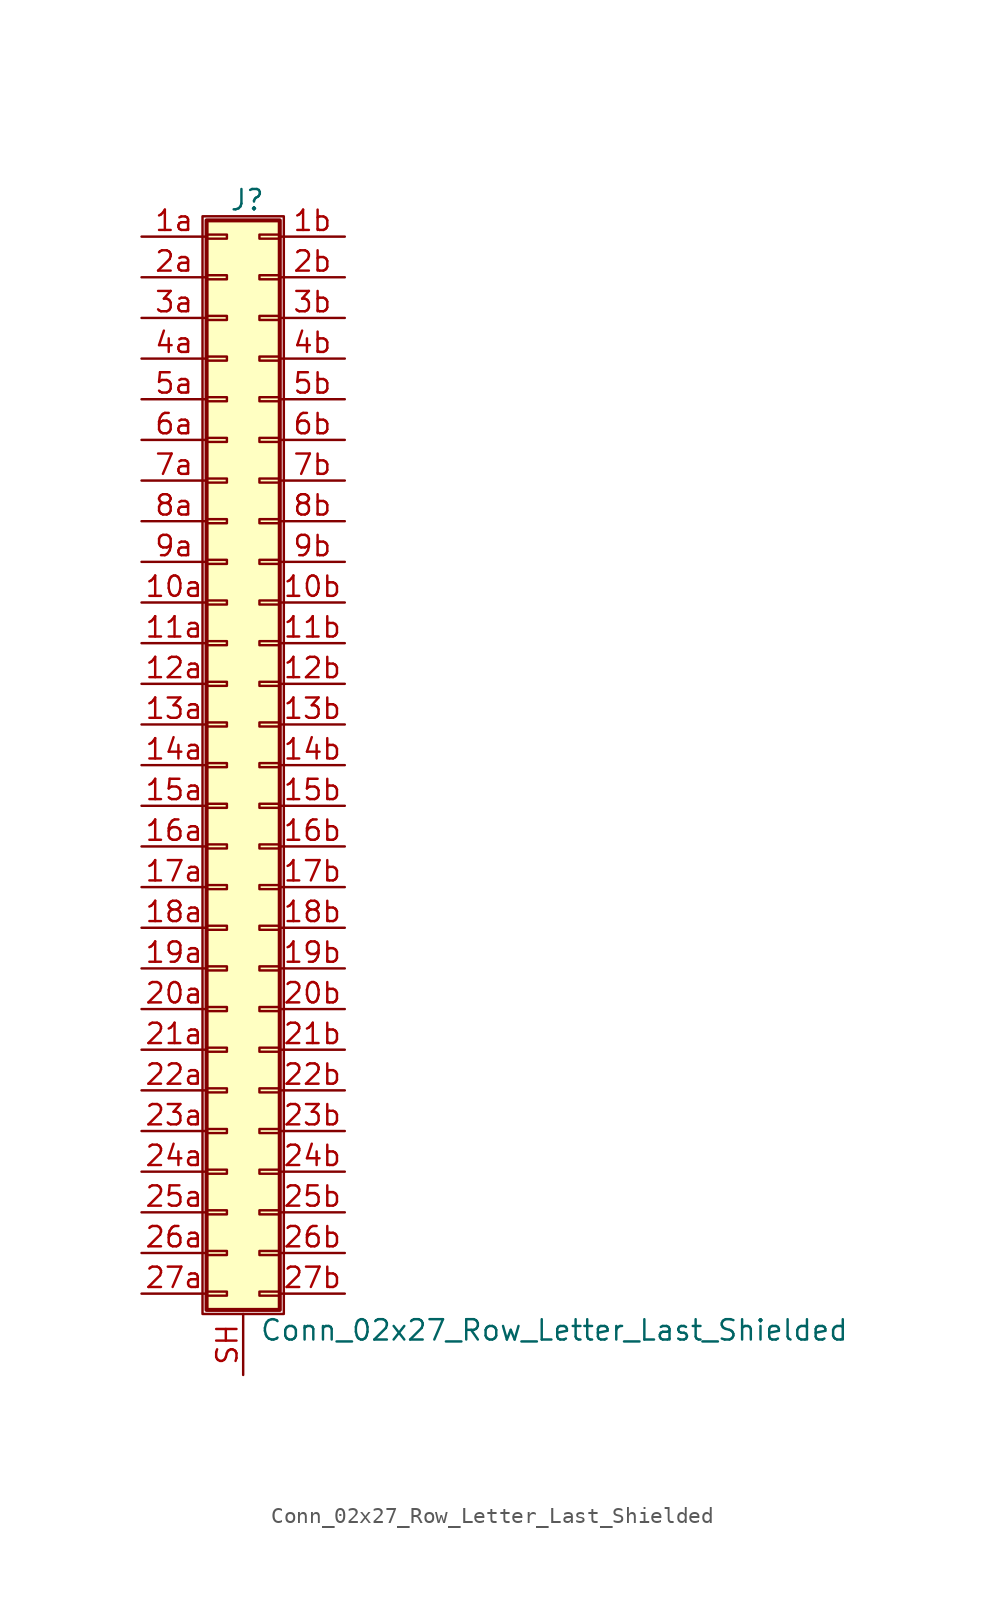
<source format=kicad_sym>
(kicad_symbol_lib
  (version 20220914)
  (generator kicad_symbol_editor)
  (symbol "Conn_02x27_Row_Letter_Last_Shielded"
    (pin_names
      (offset 1.016) hide)
    (property "Reference" "J"
      (at 1.524 35.306 0)
      (effects (font (size 1.27 1.27))))
    (property "Value" "Conn_02x27_Row_Letter_Last_Shielded"
      (at 2.286 -35.306 0)
      (effects (font (size 1.27 1.27)) (justify left)))
    (symbol "Conn_02x27_Row_Letter_Last_Shielded_1_1"
      (rectangle (start -1.27 34.29) (end 3.81 -34.29) (stroke (width 0.152) (type default)) (fill (type none)))
      (rectangle (start -1.016 -32.893) (end 0.254 -33.147) (stroke (width 0.152) (type default)) (fill (type none)))
      (rectangle (start -1.016 -30.353) (end 0.254 -30.607) (stroke (width 0.152) (type default)) (fill (type none)))
      (rectangle (start -1.016 -27.813) (end 0.254 -28.067) (stroke (width 0.152) (type default)) (fill (type none)))
      (rectangle (start -1.016 -25.273) (end 0.254 -25.527) (stroke (width 0.152) (type default)) (fill (type none)))
      (rectangle (start -1.016 -22.733) (end 0.254 -22.987) (stroke (width 0.152) (type default)) (fill (type none)))
      (rectangle (start -1.016 -20.193) (end 0.254 -20.447) (stroke (width 0.152) (type default)) (fill (type none)))
      (rectangle (start -1.016 -17.653) (end 0.254 -17.907) (stroke (width 0.152) (type default)) (fill (type none)))
      (rectangle (start -1.016 -15.113) (end 0.254 -15.367) (stroke (width 0.152) (type default)) (fill (type none)))
      (rectangle (start -1.016 -12.573) (end 0.254 -12.827) (stroke (width 0.152) (type default)) (fill (type none)))
      (rectangle (start -1.016 -10.033) (end 0.254 -10.287) (stroke (width 0.152) (type default)) (fill (type none)))
      (rectangle (start -1.016 -7.493) (end 0.254 -7.747) (stroke (width 0.152) (type default)) (fill (type none)))
      (rectangle (start -1.016 -4.953) (end 0.254 -5.207) (stroke (width 0.152) (type default)) (fill (type none)))
      (rectangle (start -1.016 -2.413) (end 0.254 -2.667) (stroke (width 0.152) (type default)) (fill (type none)))
      (rectangle (start -1.016 0.127) (end 0.254 -0.127) (stroke (width 0.152) (type default)) (fill (type none)))
      (rectangle (start -1.016 2.667) (end 0.254 2.413) (stroke (width 0.152) (type default)) (fill (type none)))
      (rectangle (start -1.016 5.207) (end 0.254 4.953) (stroke (width 0.152) (type default)) (fill (type none)))
      (rectangle (start -1.016 7.747) (end 0.254 7.493) (stroke (width 0.152) (type default)) (fill (type none)))
      (rectangle (start -1.016 10.287) (end 0.254 10.033) (stroke (width 0.152) (type default)) (fill (type none)))
      (rectangle (start -1.016 12.827) (end 0.254 12.573) (stroke (width 0.152) (type default)) (fill (type none)))
      (rectangle (start -1.016 15.367) (end 0.254 15.113) (stroke (width 0.152) (type default)) (fill (type none)))
      (rectangle (start -1.016 17.907) (end 0.254 17.653) (stroke (width 0.152) (type default)) (fill (type none)))
      (rectangle (start -1.016 20.447) (end 0.254 20.193) (stroke (width 0.152) (type default)) (fill (type none)))
      (rectangle (start -1.016 22.987) (end 0.254 22.733) (stroke (width 0.152) (type default)) (fill (type none)))
      (rectangle (start -1.016 25.527) (end 0.254 25.273) (stroke (width 0.152) (type default)) (fill (type none)))
      (rectangle (start -1.016 28.067) (end 0.254 27.813) (stroke (width 0.152) (type default)) (fill (type none)))
      (rectangle (start -1.016 30.607) (end 0.254 30.353) (stroke (width 0.152) (type default)) (fill (type none)))
      (rectangle (start -1.016 33.147) (end 0.254 32.893) (stroke (width 0.152) (type default)) (fill (type none)))
      (rectangle (start -1.016 34.036) (end 3.556 -34.036) (stroke (width 0.254) (type default)) (fill (type background)))
      (rectangle (start 3.556 -32.893) (end 2.286 -33.147) (stroke (width 0.152) (type default)) (fill (type none)))
      (rectangle (start 3.556 -30.353) (end 2.286 -30.607) (stroke (width 0.152) (type default)) (fill (type none)))
      (rectangle (start 3.556 -27.813) (end 2.286 -28.067) (stroke (width 0.152) (type default)) (fill (type none)))
      (rectangle (start 3.556 -25.273) (end 2.286 -25.527) (stroke (width 0.152) (type default)) (fill (type none)))
      (rectangle (start 3.556 -22.733) (end 2.286 -22.987) (stroke (width 0.152) (type default)) (fill (type none)))
      (rectangle (start 3.556 -20.193) (end 2.286 -20.447) (stroke (width 0.152) (type default)) (fill (type none)))
      (rectangle (start 3.556 -17.653) (end 2.286 -17.907) (stroke (width 0.152) (type default)) (fill (type none)))
      (rectangle (start 3.556 -15.113) (end 2.286 -15.367) (stroke (width 0.152) (type default)) (fill (type none)))
      (rectangle (start 3.556 -12.573) (end 2.286 -12.827) (stroke (width 0.152) (type default)) (fill (type none)))
      (rectangle (start 3.556 -10.033) (end 2.286 -10.287) (stroke (width 0.152) (type default)) (fill (type none)))
      (rectangle (start 3.556 -7.493) (end 2.286 -7.747) (stroke (width 0.152) (type default)) (fill (type none)))
      (rectangle (start 3.556 -4.953) (end 2.286 -5.207) (stroke (width 0.152) (type default)) (fill (type none)))
      (rectangle (start 3.556 -2.413) (end 2.286 -2.667) (stroke (width 0.152) (type default)) (fill (type none)))
      (rectangle (start 3.556 0.127) (end 2.286 -0.127) (stroke (width 0.152) (type default)) (fill (type none)))
      (rectangle (start 3.556 2.667) (end 2.286 2.413) (stroke (width 0.152) (type default)) (fill (type none)))
      (rectangle (start 3.556 5.207) (end 2.286 4.953) (stroke (width 0.152) (type default)) (fill (type none)))
      (rectangle (start 3.556 7.747) (end 2.286 7.493) (stroke (width 0.152) (type default)) (fill (type none)))
      (rectangle (start 3.556 10.287) (end 2.286 10.033) (stroke (width 0.152) (type default)) (fill (type none)))
      (rectangle (start 3.556 12.827) (end 2.286 12.573) (stroke (width 0.152) (type default)) (fill (type none)))
      (rectangle (start 3.556 15.367) (end 2.286 15.113) (stroke (width 0.152) (type default)) (fill (type none)))
      (rectangle (start 3.556 17.907) (end 2.286 17.653) (stroke (width 0.152) (type default)) (fill (type none)))
      (rectangle (start 3.556 20.447) (end 2.286 20.193) (stroke (width 0.152) (type default)) (fill (type none)))
      (rectangle (start 3.556 22.987) (end 2.286 22.733) (stroke (width 0.152) (type default)) (fill (type none)))
      (rectangle (start 3.556 25.527) (end 2.286 25.273) (stroke (width 0.152) (type default)) (fill (type none)))
      (rectangle (start 3.556 28.067) (end 2.286 27.813) (stroke (width 0.152) (type default)) (fill (type none)))
      (rectangle (start 3.556 30.607) (end 2.286 30.353) (stroke (width 0.152) (type default)) (fill (type none)))
      (rectangle (start 3.556 33.147) (end 2.286 32.893) (stroke (width 0.152) (type default)) (fill (type none)))
      (pin passive line (at -5.08 10.16 0) (length 4.064) (name "Pin_10a" (effects (font (size 1.27 1.27)))) (number "10a" (effects (font (size 1.27 1.27)))))
      (pin passive line (at 7.62 10.16 180) (length 4.064) (name "Pin_10b" (effects (font (size 1.27 1.27)))) (number "10b" (effects (font (size 1.27 1.27)))))
      (pin passive line (at -5.08 7.62 0) (length 4.064) (name "Pin_11a" (effects (font (size 1.27 1.27)))) (number "11a" (effects (font (size 1.27 1.27)))))
      (pin passive line (at 7.62 7.62 180) (length 4.064) (name "Pin_11b" (effects (font (size 1.27 1.27)))) (number "11b" (effects (font (size 1.27 1.27)))))
      (pin passive line (at -5.08 5.08 0) (length 4.064) (name "Pin_12a" (effects (font (size 1.27 1.27)))) (number "12a" (effects (font (size 1.27 1.27)))))
      (pin passive line (at 7.62 5.08 180) (length 4.064) (name "Pin_12b" (effects (font (size 1.27 1.27)))) (number "12b" (effects (font (size 1.27 1.27)))))
      (pin passive line (at -5.08 2.54 0) (length 4.064) (name "Pin_13a" (effects (font (size 1.27 1.27)))) (number "13a" (effects (font (size 1.27 1.27)))))
      (pin passive line (at 7.62 2.54 180) (length 4.064) (name "Pin_13b" (effects (font (size 1.27 1.27)))) (number "13b" (effects (font (size 1.27 1.27)))))
      (pin passive line (at -5.08 0 0) (length 4.064) (name "Pin_14a" (effects (font (size 1.27 1.27)))) (number "14a" (effects (font (size 1.27 1.27)))))
      (pin passive line (at 7.62 0 180) (length 4.064) (name "Pin_14b" (effects (font (size 1.27 1.27)))) (number "14b" (effects (font (size 1.27 1.27)))))
      (pin passive line (at -5.08 -2.54 0) (length 4.064) (name "Pin_15a" (effects (font (size 1.27 1.27)))) (number "15a" (effects (font (size 1.27 1.27)))))
      (pin passive line (at 7.62 -2.54 180) (length 4.064) (name "Pin_15b" (effects (font (size 1.27 1.27)))) (number "15b" (effects (font (size 1.27 1.27)))))
      (pin passive line (at -5.08 -5.08 0) (length 4.064) (name "Pin_16a" (effects (font (size 1.27 1.27)))) (number "16a" (effects (font (size 1.27 1.27)))))
      (pin passive line (at 7.62 -5.08 180) (length 4.064) (name "Pin_16b" (effects (font (size 1.27 1.27)))) (number "16b" (effects (font (size 1.27 1.27)))))
      (pin passive line (at -5.08 -7.62 0) (length 4.064) (name "Pin_17a" (effects (font (size 1.27 1.27)))) (number "17a" (effects (font (size 1.27 1.27)))))
      (pin passive line (at 7.62 -7.62 180) (length 4.064) (name "Pin_17b" (effects (font (size 1.27 1.27)))) (number "17b" (effects (font (size 1.27 1.27)))))
      (pin passive line (at -5.08 -10.16 0) (length 4.064) (name "Pin_18a" (effects (font (size 1.27 1.27)))) (number "18a" (effects (font (size 1.27 1.27)))))
      (pin passive line (at 7.62 -10.16 180) (length 4.064) (name "Pin_18b" (effects (font (size 1.27 1.27)))) (number "18b" (effects (font (size 1.27 1.27)))))
      (pin passive line (at -5.08 -12.7 0) (length 4.064) (name "Pin_19a" (effects (font (size 1.27 1.27)))) (number "19a" (effects (font (size 1.27 1.27)))))
      (pin passive line (at 7.62 -12.7 180) (length 4.064) (name "Pin_19b" (effects (font (size 1.27 1.27)))) (number "19b" (effects (font (size 1.27 1.27)))))
      (pin passive line (at -5.08 33.02 0) (length 4.064) (name "Pin_1a" (effects (font (size 1.27 1.27)))) (number "1a" (effects (font (size 1.27 1.27)))))
      (pin passive line (at 7.62 33.02 180) (length 4.064) (name "Pin_1b" (effects (font (size 1.27 1.27)))) (number "1b" (effects (font (size 1.27 1.27)))))
      (pin passive line (at -5.08 -15.24 0) (length 4.064) (name "Pin_20a" (effects (font (size 1.27 1.27)))) (number "20a" (effects (font (size 1.27 1.27)))))
      (pin passive line (at 7.62 -15.24 180) (length 4.064) (name "Pin_20b" (effects (font (size 1.27 1.27)))) (number "20b" (effects (font (size 1.27 1.27)))))
      (pin passive line (at -5.08 -17.78 0) (length 4.064) (name "Pin_21a" (effects (font (size 1.27 1.27)))) (number "21a" (effects (font (size 1.27 1.27)))))
      (pin passive line (at 7.62 -17.78 180) (length 4.064) (name "Pin_21b" (effects (font (size 1.27 1.27)))) (number "21b" (effects (font (size 1.27 1.27)))))
      (pin passive line (at -5.08 -20.32 0) (length 4.064) (name "Pin_22a" (effects (font (size 1.27 1.27)))) (number "22a" (effects (font (size 1.27 1.27)))))
      (pin passive line (at 7.62 -20.32 180) (length 4.064) (name "Pin_22b" (effects (font (size 1.27 1.27)))) (number "22b" (effects (font (size 1.27 1.27)))))
      (pin passive line (at -5.08 -22.86 0) (length 4.064) (name "Pin_23a" (effects (font (size 1.27 1.27)))) (number "23a" (effects (font (size 1.27 1.27)))))
      (pin passive line (at 7.62 -22.86 180) (length 4.064) (name "Pin_23b" (effects (font (size 1.27 1.27)))) (number "23b" (effects (font (size 1.27 1.27)))))
      (pin passive line (at -5.08 -25.4 0) (length 4.064) (name "Pin_24a" (effects (font (size 1.27 1.27)))) (number "24a" (effects (font (size 1.27 1.27)))))
      (pin passive line (at 7.62 -25.4 180) (length 4.064) (name "Pin_24b" (effects (font (size 1.27 1.27)))) (number "24b" (effects (font (size 1.27 1.27)))))
      (pin passive line (at -5.08 -27.94 0) (length 4.064) (name "Pin_25a" (effects (font (size 1.27 1.27)))) (number "25a" (effects (font (size 1.27 1.27)))))
      (pin passive line (at 7.62 -27.94 180) (length 4.064) (name "Pin_25b" (effects (font (size 1.27 1.27)))) (number "25b" (effects (font (size 1.27 1.27)))))
      (pin passive line (at -5.08 -30.48 0) (length 4.064) (name "Pin_26a" (effects (font (size 1.27 1.27)))) (number "26a" (effects (font (size 1.27 1.27)))))
      (pin passive line (at 7.62 -30.48 180) (length 4.064) (name "Pin_26b" (effects (font (size 1.27 1.27)))) (number "26b" (effects (font (size 1.27 1.27)))))
      (pin passive line (at -5.08 -33.02 0) (length 4.064) (name "Pin_27a" (effects (font (size 1.27 1.27)))) (number "27a" (effects (font (size 1.27 1.27)))))
      (pin passive line (at 7.62 -33.02 180) (length 4.064) (name "Pin_27b" (effects (font (size 1.27 1.27)))) (number "27b" (effects (font (size 1.27 1.27)))))
      (pin passive line (at -5.08 30.48 0) (length 4.064) (name "Pin_2a" (effects (font (size 1.27 1.27)))) (number "2a" (effects (font (size 1.27 1.27)))))
      (pin passive line (at 7.62 30.48 180) (length 4.064) (name "Pin_2b" (effects (font (size 1.27 1.27)))) (number "2b" (effects (font (size 1.27 1.27)))))
      (pin passive line (at -5.08 27.94 0) (length 4.064) (name "Pin_3a" (effects (font (size 1.27 1.27)))) (number "3a" (effects (font (size 1.27 1.27)))))
      (pin passive line (at 7.62 27.94 180) (length 4.064) (name "Pin_3b" (effects (font (size 1.27 1.27)))) (number "3b" (effects (font (size 1.27 1.27)))))
      (pin passive line (at -5.08 25.4 0) (length 4.064) (name "Pin_4a" (effects (font (size 1.27 1.27)))) (number "4a" (effects (font (size 1.27 1.27)))))
      (pin passive line (at 7.62 25.4 180) (length 4.064) (name "Pin_4b" (effects (font (size 1.27 1.27)))) (number "4b" (effects (font (size 1.27 1.27)))))
      (pin passive line (at -5.08 22.86 0) (length 4.064) (name "Pin_5a" (effects (font (size 1.27 1.27)))) (number "5a" (effects (font (size 1.27 1.27)))))
      (pin passive line (at 7.62 22.86 180) (length 4.064) (name "Pin_5b" (effects (font (size 1.27 1.27)))) (number "5b" (effects (font (size 1.27 1.27)))))
      (pin passive line (at -5.08 20.32 0) (length 4.064) (name "Pin_6a" (effects (font (size 1.27 1.27)))) (number "6a" (effects (font (size 1.27 1.27)))))
      (pin passive line (at 7.62 20.32 180) (length 4.064) (name "Pin_6b" (effects (font (size 1.27 1.27)))) (number "6b" (effects (font (size 1.27 1.27)))))
      (pin passive line (at -5.08 17.78 0) (length 4.064) (name "Pin_7a" (effects (font (size 1.27 1.27)))) (number "7a" (effects (font (size 1.27 1.27)))))
      (pin passive line (at 7.62 17.78 180) (length 4.064) (name "Pin_7b" (effects (font (size 1.27 1.27)))) (number "7b" (effects (font (size 1.27 1.27)))))
      (pin passive line (at -5.08 15.24 0) (length 4.064) (name "Pin_8a" (effects (font (size 1.27 1.27)))) (number "8a" (effects (font (size 1.27 1.27)))))
      (pin passive line (at 7.62 15.24 180) (length 4.064) (name "Pin_8b" (effects (font (size 1.27 1.27)))) (number "8b" (effects (font (size 1.27 1.27)))))
      (pin passive line (at -5.08 12.7 0) (length 4.064) (name "Pin_9a" (effects (font (size 1.27 1.27)))) (number "9a" (effects (font (size 1.27 1.27)))))
      (pin passive line (at 7.62 12.7 180) (length 4.064) (name "Pin_9b" (effects (font (size 1.27 1.27)))) (number "9b" (effects (font (size 1.27 1.27)))))
      (pin passive line (at 1.27 -38.1 90) (length 3.81) (name "Shield" (effects (font (size 1.27 1.27)))) (number "SH" (effects (font (size 1.27 1.27))))))))
</source>
